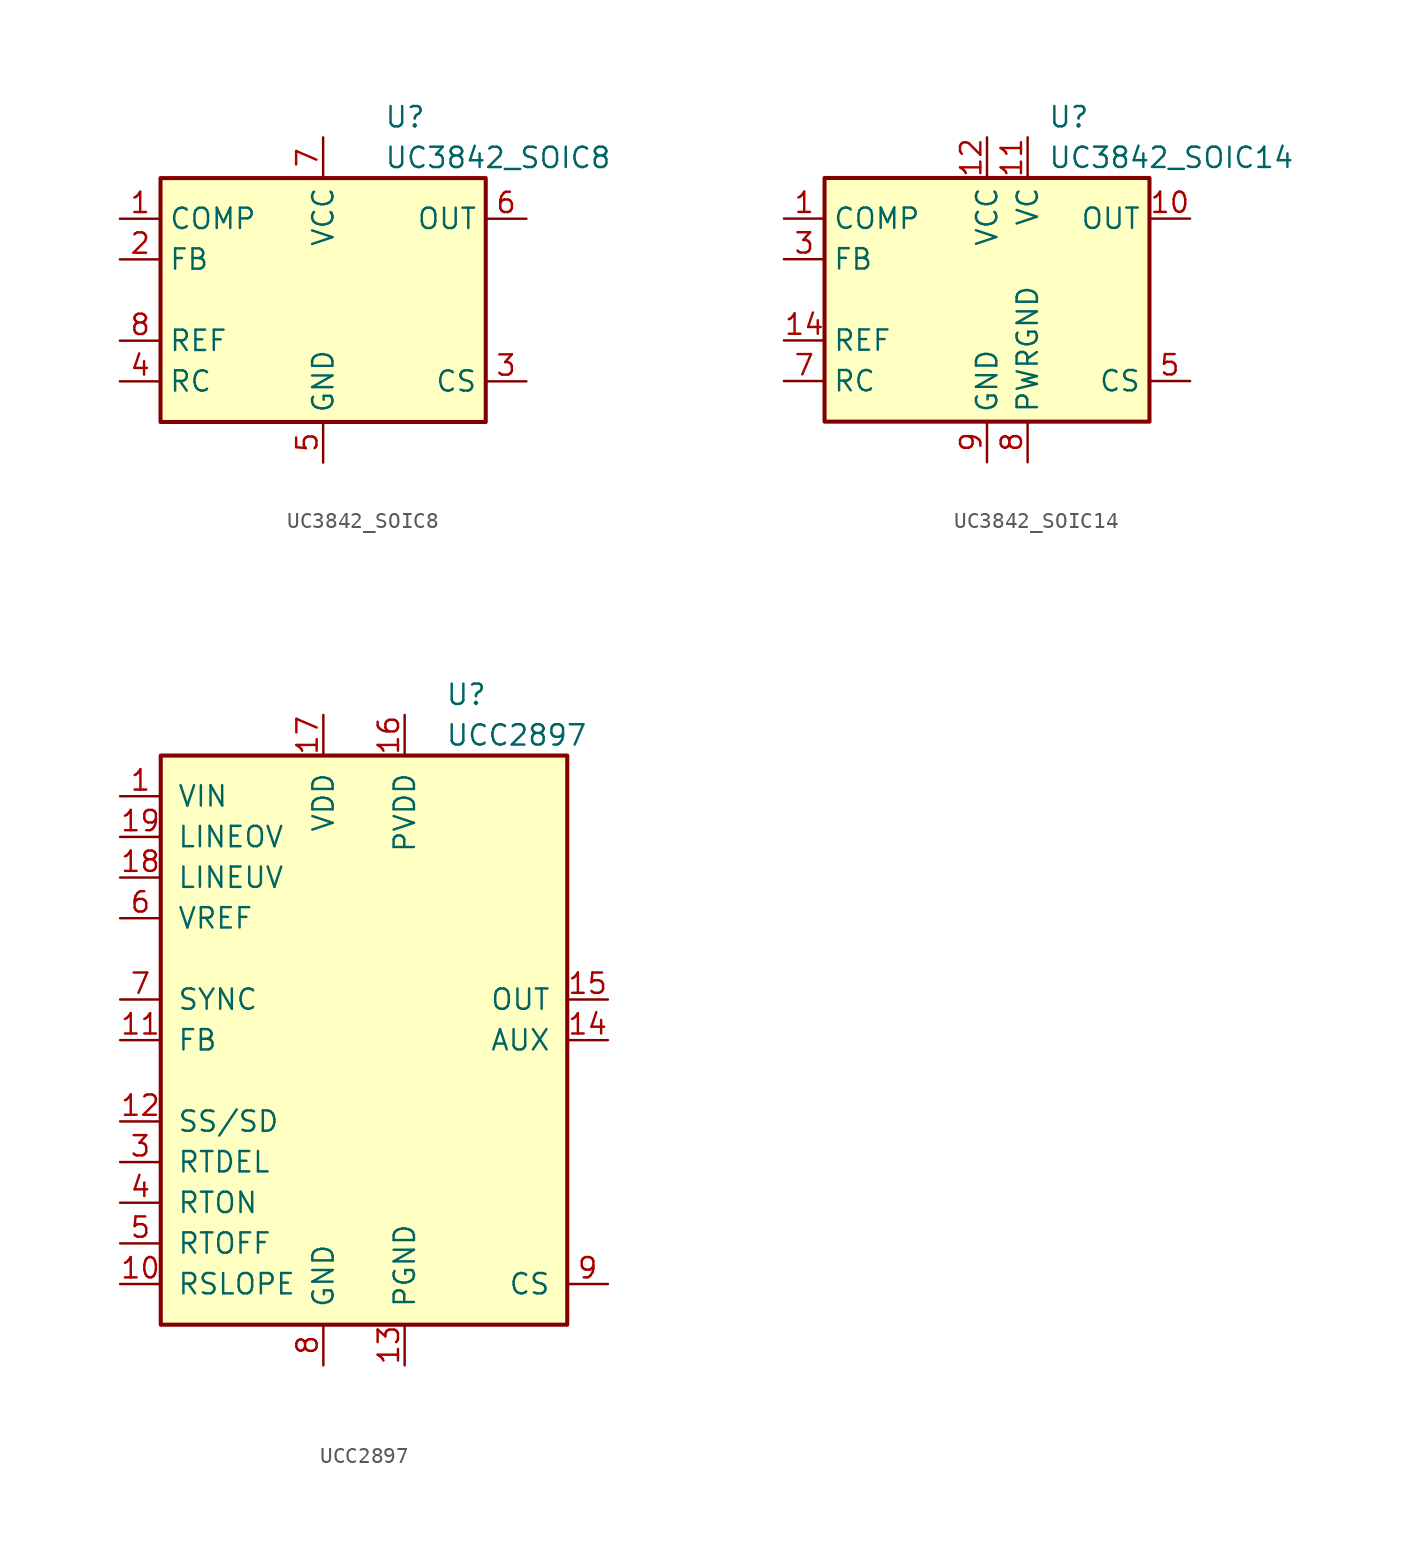
<source format=kicad_sym>
(kicad_symbol_lib
  (version 20231120)
  (generator "kicad_symbol_editor")
  (generator_version "8.0")
  (symbol "UC3842_SOIC8"
    (property "Reference" "U"
      (at 3.81 11.43 0)
      (effects (font (size 1.27 1.27)) (justify left)))
    (property "Value" "UC3842_SOIC8"
      (at 3.81 8.89 0)
      (effects (font (size 1.27 1.27)) (justify left)))
    (symbol "UC3842_SOIC8_0_1"
      (rectangle (start -10.16 -7.62) (end 10.16 7.62) (stroke (width 0.254) (type default)) (fill (type background))))
    (symbol "UC3842_SOIC8_1_1"
      (pin passive line (at -12.7 5.08 0) (length 2.54) (name "COMP" (effects (font (size 1.27 1.27)))) (number "1" (effects (font (size 1.27 1.27)))))
      (pin input line (at -12.7 2.54 0) (length 2.54) (name "FB" (effects (font (size 1.27 1.27)))) (number "2" (effects (font (size 1.27 1.27)))))
      (pin input line (at 12.7 -5.08 180) (length 2.54) (name "CS" (effects (font (size 1.27 1.27)))) (number "3" (effects (font (size 1.27 1.27)))))
      (pin passive line (at -12.7 -5.08 0) (length 2.54) (name "RC" (effects (font (size 1.27 1.27)))) (number "4" (effects (font (size 1.27 1.27)))))
      (pin power_in line (at 0 -10.16 90) (length 2.54) (name "GND" (effects (font (size 1.27 1.27)))) (number "5" (effects (font (size 1.27 1.27)))))
      (pin output line (at 12.7 5.08 180) (length 2.54) (name "OUT" (effects (font (size 1.27 1.27)))) (number "6" (effects (font (size 1.27 1.27)))))
      (pin power_in line (at 0 10.16 270) (length 2.54) (name "VCC" (effects (font (size 1.27 1.27)))) (number "7" (effects (font (size 1.27 1.27)))))
      (pin power_in line (at -12.7 -2.54 0) (length 2.54) (name "REF" (effects (font (size 1.27 1.27)))) (number "8" (effects (font (size 1.27 1.27)))))))
  (symbol "UC3842_SOIC14"
    (property "Reference" "U"
      (at 3.81 11.43 0)
      (effects (font (size 1.27 1.27)) (justify left)))
    (property "Value" "UC3842_SOIC14"
      (at 3.81 8.89 0)
      (effects (font (size 1.27 1.27)) (justify left)))
    (symbol "UC3842_SOIC14_0_1"
      (rectangle (start -10.16 -7.62) (end 10.16 7.62) (stroke (width 0.254) (type default)) (fill (type background))))
    (symbol "UC3842_SOIC14_1_1"
      (pin passive line (at -12.7 5.08 0) (length 2.54) (name "COMP" (effects (font (size 1.27 1.27)))) (number "1" (effects (font (size 1.27 1.27)))))
      (pin output line (at 12.7 5.08 180) (length 2.54) (name "OUT" (effects (font (size 1.27 1.27)))) (number "10" (effects (font (size 1.27 1.27)))))
      (pin power_in line (at 2.54 10.16 270) (length 2.54) (name "VC" (effects (font (size 1.27 1.27)))) (number "11" (effects (font (size 1.27 1.27)))))
      (pin power_in line (at 0 10.16 270) (length 2.54) (name "VCC" (effects (font (size 1.27 1.27)))) (number "12" (effects (font (size 1.27 1.27)))))
      (pin no_connect line (at -2.54 -7.62 90) (length 2.54) hide (name "NC" (effects (font (size 1.27 1.27)))) (number "13" (effects (font (size 1.27 1.27)))))
      (pin power_in line (at -12.7 -2.54 0) (length 2.54) (name "REF" (effects (font (size 1.27 1.27)))) (number "14" (effects (font (size 1.27 1.27)))))
      (pin no_connect line (at -10.16 -7.62 90) (length 2.54) hide (name "NC" (effects (font (size 1.27 1.27)))) (number "2" (effects (font (size 1.27 1.27)))))
      (pin input line (at -12.7 2.54 0) (length 2.54) (name "FB" (effects (font (size 1.27 1.27)))) (number "3" (effects (font (size 1.27 1.27)))))
      (pin no_connect line (at -7.62 -7.62 90) (length 2.54) hide (name "NC" (effects (font (size 1.27 1.27)))) (number "4" (effects (font (size 1.27 1.27)))))
      (pin input line (at 12.7 -5.08 180) (length 2.54) (name "CS" (effects (font (size 1.27 1.27)))) (number "5" (effects (font (size 1.27 1.27)))))
      (pin no_connect line (at -5.08 -7.62 90) (length 2.54) hide (name "NC" (effects (font (size 1.27 1.27)))) (number "6" (effects (font (size 1.27 1.27)))))
      (pin passive line (at -12.7 -5.08 0) (length 2.54) (name "RC" (effects (font (size 1.27 1.27)))) (number "7" (effects (font (size 1.27 1.27)))))
      (pin power_in line (at 2.54 -10.16 90) (length 2.54) (name "PWRGND" (effects (font (size 1.27 1.27)))) (number "8" (effects (font (size 1.27 1.27)))))
      (pin power_in line (at 0 -10.16 90) (length 2.54) (name "GND" (effects (font (size 1.27 1.27)))) (number "9" (effects (font (size 1.27 1.27)))))))
  (symbol "UCC2897"
    (pin_names
      (offset 1.016))
    (property "Reference" "U"
      (at 5.08 21.59 0)
      (effects (font (size 1.27 1.27)) (justify left)))
    (property "Value" "UCC2897"
      (at 5.08 19.05 0)
      (effects (font (size 1.27 1.27)) (justify left)))
    (symbol "UCC2897_0_1"
      (rectangle (start -12.7 -17.78) (end 12.7 17.78) (stroke (width 0.254) (type default)) (fill (type background))))
    (symbol "UCC2897_1_1"
      (pin input line (at -15.24 15.24 0) (length 2.54) (name "VIN" (effects (font (size 1.27 1.27)))) (number "1" (effects (font (size 1.27 1.27)))))
      (pin passive line (at -15.24 -15.24 0) (length 2.54) (name "RSLOPE" (effects (font (size 1.27 1.27)))) (number "10" (effects (font (size 1.27 1.27)))))
      (pin input line (at -15.24 0 0) (length 2.54) (name "FB" (effects (font (size 1.27 1.27)))) (number "11" (effects (font (size 1.27 1.27)))))
      (pin passive line (at -15.24 -5.08 0) (length 2.54) (name "SS/SD" (effects (font (size 1.27 1.27)))) (number "12" (effects (font (size 1.27 1.27)))))
      (pin power_in line (at 2.54 -20.32 90) (length 2.54) (name "PGND" (effects (font (size 1.27 1.27)))) (number "13" (effects (font (size 1.27 1.27)))))
      (pin output line (at 15.24 0 180) (length 2.54) (name "AUX" (effects (font (size 1.27 1.27)))) (number "14" (effects (font (size 1.27 1.27)))))
      (pin output line (at 15.24 2.54 180) (length 2.54) (name "OUT" (effects (font (size 1.27 1.27)))) (number "15" (effects (font (size 1.27 1.27)))))
      (pin power_in line (at 2.54 20.32 270) (length 2.54) (name "PVDD" (effects (font (size 1.27 1.27)))) (number "16" (effects (font (size 1.27 1.27)))))
      (pin power_in line (at -2.54 20.32 270) (length 2.54) (name "VDD" (effects (font (size 1.27 1.27)))) (number "17" (effects (font (size 1.27 1.27)))))
      (pin passive line (at -15.24 10.16 0) (length 2.54) (name "LINEUV" (effects (font (size 1.27 1.27)))) (number "18" (effects (font (size 1.27 1.27)))))
      (pin passive line (at -15.24 12.7 0) (length 2.54) (name "LINEOV" (effects (font (size 1.27 1.27)))) (number "19" (effects (font (size 1.27 1.27)))))
      (pin no_connect line (at 15.24 15.24 180) (length 2.54) hide (name "N/C" (effects (font (size 1.27 1.27)))) (number "2" (effects (font (size 1.27 1.27)))))
      (pin no_connect line (at 15.24 12.7 180) (length 2.54) hide (name "N/C" (effects (font (size 1.27 1.27)))) (number "20" (effects (font (size 1.27 1.27)))))
      (pin passive line (at -15.24 -7.62 0) (length 2.54) (name "RTDEL" (effects (font (size 1.27 1.27)))) (number "3" (effects (font (size 1.27 1.27)))))
      (pin passive line (at -15.24 -10.16 0) (length 2.54) (name "RTON" (effects (font (size 1.27 1.27)))) (number "4" (effects (font (size 1.27 1.27)))))
      (pin passive line (at -15.24 -12.7 0) (length 2.54) (name "RTOFF" (effects (font (size 1.27 1.27)))) (number "5" (effects (font (size 1.27 1.27)))))
      (pin output line (at -15.24 7.62 0) (length 2.54) (name "VREF" (effects (font (size 1.27 1.27)))) (number "6" (effects (font (size 1.27 1.27)))))
      (pin input line (at -15.24 2.54 0) (length 2.54) (name "SYNC" (effects (font (size 1.27 1.27)))) (number "7" (effects (font (size 1.27 1.27)))))
      (pin power_in line (at -2.54 -20.32 90) (length 2.54) (name "GND" (effects (font (size 1.27 1.27)))) (number "8" (effects (font (size 1.27 1.27)))))
      (pin input line (at 15.24 -15.24 180) (length 2.54) (name "CS" (effects (font (size 1.27 1.27)))) (number "9" (effects (font (size 1.27 1.27))))))))
</source>
